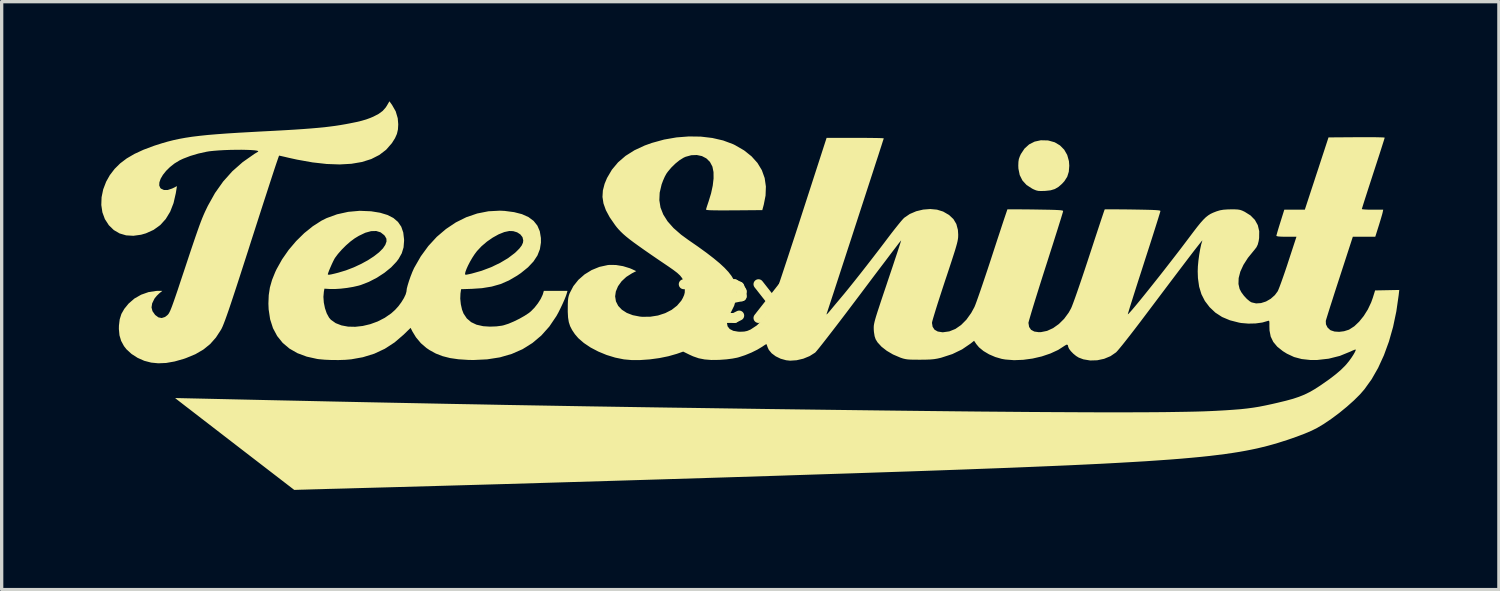
<source format=kicad_pcb>
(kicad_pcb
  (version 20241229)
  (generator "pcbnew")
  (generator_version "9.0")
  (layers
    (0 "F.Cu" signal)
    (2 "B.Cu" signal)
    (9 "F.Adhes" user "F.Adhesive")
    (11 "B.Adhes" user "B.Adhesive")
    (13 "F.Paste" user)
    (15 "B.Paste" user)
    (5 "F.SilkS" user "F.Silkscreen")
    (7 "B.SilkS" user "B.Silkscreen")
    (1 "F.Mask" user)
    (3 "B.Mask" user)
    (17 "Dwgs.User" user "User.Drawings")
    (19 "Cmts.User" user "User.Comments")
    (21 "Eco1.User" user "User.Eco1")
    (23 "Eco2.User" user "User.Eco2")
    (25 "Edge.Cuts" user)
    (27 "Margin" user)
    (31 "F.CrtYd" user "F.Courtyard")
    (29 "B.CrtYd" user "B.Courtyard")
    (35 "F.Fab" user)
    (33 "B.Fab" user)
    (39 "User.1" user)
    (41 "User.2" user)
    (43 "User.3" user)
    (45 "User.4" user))
  (footprint "text"
    (layer "F.Cu")
    (at 19.532 5.834)
    (property "Reference" "text" (at 0 0 0) (layer "F.SilkS") (effects (font (size 1.524 1.524) (thickness 0.3))))
    (attr board_only exclude_from_pos_files exclude_from_bom)
    (fp_poly (pts (xy 8.961 -4.656) (xy 8.987 -4.652) (xy 9.173 -4.6) (xy 9.331 -4.506) (xy 9.458 -4.378) (xy 9.549 -4.219) (xy 9.601 -4.033) (xy 9.611 -3.894) (xy 9.597 -3.714) (xy 9.55 -3.564) (xy 9.465 -3.43) (xy 9.396 -3.354) (xy 9.285 -3.256) (xy 9.175 -3.192) (xy 9.049 -3.154) (xy 8.893 -3.137) (xy 8.866 -3.136) (xy 8.755 -3.133) (xy 8.676 -3.137) (xy 8.61 -3.153) (xy 8.538 -3.183) (xy 8.491 -3.207) (xy 8.324 -3.315) (xy 8.201 -3.45) (xy 8.119 -3.614) (xy 8.08 -3.806) (xy 8.076 -3.896) (xy 8.08 -4.01) (xy 8.093 -4.096) (xy 8.123 -4.179) (xy 8.154 -4.246) (xy 8.263 -4.41) (xy 8.402 -4.536) (xy 8.567 -4.62) (xy 8.755 -4.661)) (stroke (width 0) (type solid)) (fill yes) (layer "F.SilkS"))
    (fp_poly (pts (xy -10.78 -5.727) (xy -10.669 -5.533) (xy -10.607 -5.324) (xy -10.592 -5.141) (xy -10.601 -4.986) (xy -10.632 -4.852) (xy -10.69 -4.722) (xy -10.781 -4.578) (xy -10.791 -4.565) (xy -10.958 -4.374) (xy -11.163 -4.218) (xy -11.405 -4.095) (xy -11.685 -4.007) (xy -12.002 -3.953) (xy -12.356 -3.933) (xy -12.747 -3.947) (xy -13.174 -3.995) (xy -13.638 -4.078) (xy -13.906 -4.137) (xy -14.015 -4.163) (xy -14.104 -4.183) (xy -14.162 -4.196) (xy -14.179 -4.199) (xy -14.189 -4.175) (xy -14.214 -4.104) (xy -14.254 -3.988) (xy -14.308 -3.827) (xy -14.375 -3.623) (xy -14.455 -3.378) (xy -14.547 -3.094) (xy -14.652 -2.771) (xy -14.768 -2.411) (xy -14.895 -2.016) (xy -15.033 -1.587) (xy -15.117 -1.323) (xy -15.246 -0.924) (xy -15.36 -0.57) (xy -15.461 -0.259) (xy -15.55 0.011) (xy -15.627 0.244) (xy -15.694 0.442) (xy -15.752 0.608) (xy -15.801 0.744) (xy -15.843 0.854) (xy -15.878 0.941) (xy -15.908 1.006) (xy -15.928 1.043) (xy -16.08 1.277) (xy -16.255 1.475) (xy -16.459 1.64) (xy -16.699 1.78) (xy -16.979 1.896) (xy -17.044 1.919) (xy -17.325 1.999) (xy -17.58 2.044) (xy -17.816 2.054) (xy -18.03 2.033) (xy -18.238 1.979) (xy -18.439 1.89) (xy -18.621 1.773) (xy -18.772 1.635) (xy -18.849 1.537) (xy -18.935 1.379) (xy -18.985 1.211) (xy -19.003 1.021) (xy -19.001 0.917) (xy -18.978 0.73) (xy -18.927 0.567) (xy -18.839 0.414) (xy -18.711 0.257) (xy -18.538 0.106) (xy -18.333 -0.011) (xy -18.109 -0.09) (xy -17.876 -0.125) (xy -17.821 -0.127) (xy -17.695 -0.127) (xy -17.788 -0.051) (xy -17.859 0.018) (xy -17.922 0.094) (xy -17.935 0.114) (xy -18.001 0.25) (xy -18.02 0.372) (xy -17.991 0.485) (xy -17.914 0.594) (xy -17.905 0.603) (xy -17.811 0.672) (xy -17.713 0.691) (xy -17.613 0.659) (xy -17.542 0.604) (xy -17.522 0.583) (xy -17.501 0.555) (xy -17.48 0.517) (xy -17.455 0.466) (xy -17.426 0.395) (xy -17.391 0.303) (xy -17.348 0.183) (xy -17.296 0.033) (xy -17.233 -0.151) (xy -17.159 -0.375) (xy -17.07 -0.642) (xy -17.042 -0.725) (xy -16.936 -1.045) (xy -16.844 -1.322) (xy -16.764 -1.559) (xy -16.695 -1.761) (xy -16.635 -1.933) (xy -16.583 -2.08) (xy -16.536 -2.206) (xy -16.493 -2.316) (xy -16.452 -2.414) (xy -16.412 -2.504) (xy -16.37 -2.592) (xy -16.326 -2.683) (xy -16.325 -2.685) (xy -16.109 -3.072) (xy -15.864 -3.418) (xy -15.587 -3.728) (xy -15.274 -4.004) (xy -14.922 -4.251) (xy -14.813 -4.317) (xy -14.806 -4.334) (xy -14.844 -4.348) (xy -14.92 -4.359) (xy -15.028 -4.367) (xy -15.161 -4.372) (xy -15.313 -4.375) (xy -15.479 -4.374) (xy -15.65 -4.371) (xy -15.822 -4.365) (xy -15.987 -4.356) (xy -16.14 -4.344) (xy -16.274 -4.33) (xy -16.36 -4.316) (xy -16.61 -4.261) (xy -16.852 -4.189) (xy -17.068 -4.106) (xy -17.174 -4.056) (xy -17.326 -3.964) (xy -17.462 -3.857) (xy -17.58 -3.741) (xy -17.676 -3.621) (xy -17.745 -3.504) (xy -17.783 -3.395) (xy -17.788 -3.3) (xy -17.755 -3.224) (xy -17.734 -3.204) (xy -17.644 -3.163) (xy -17.532 -3.164) (xy -17.402 -3.207) (xy -17.378 -3.218) (xy -17.255 -3.28) (xy -17.289 -3.067) (xy -17.357 -2.77) (xy -17.458 -2.511) (xy -17.592 -2.29) (xy -17.758 -2.107) (xy -17.958 -1.963) (xy -18.189 -1.859) (xy -18.335 -1.817) (xy -18.568 -1.785) (xy -18.785 -1.798) (xy -18.982 -1.856) (xy -19.156 -1.958) (xy -19.305 -2.103) (xy -19.424 -2.287) (xy -19.499 -2.49) (xy -19.532 -2.712) (xy -19.524 -2.945) (xy -19.475 -3.182) (xy -19.386 -3.414) (xy -19.276 -3.61) (xy -19.133 -3.797) (xy -18.965 -3.964) (xy -18.767 -4.114) (xy -18.534 -4.25) (xy -18.261 -4.376) (xy -17.943 -4.495) (xy -17.873 -4.518) (xy -17.701 -4.572) (xy -17.532 -4.621) (xy -17.362 -4.664) (xy -17.186 -4.702) (xy -17 -4.736) (xy -16.798 -4.767) (xy -16.576 -4.794) (xy -16.329 -4.82) (xy -16.053 -4.843) (xy -15.742 -4.866) (xy -15.393 -4.888) (xy -15 -4.91) (xy -14.751 -4.924) (xy -14.362 -4.944) (xy -14.019 -4.963) (xy -13.718 -4.981) (xy -13.452 -4.999) (xy -13.217 -5.017) (xy -13.008 -5.035) (xy -12.819 -5.053) (xy -12.647 -5.074) (xy -12.486 -5.095) (xy -12.33 -5.119) (xy -12.176 -5.146) (xy -12.063 -5.167) (xy -11.861 -5.208) (xy -11.698 -5.247) (xy -11.56 -5.287) (xy -11.434 -5.333) (xy -11.344 -5.371) (xy -11.182 -5.455) (xy -11.061 -5.544) (xy -10.969 -5.648) (xy -10.93 -5.709) (xy -10.858 -5.834)) (stroke (width 0) (type solid)) (fill yes) (layer "F.SilkS"))
    (fp_poly (pts (xy -7.388 -2.534) (xy -7.105 -2.497) (xy -6.866 -2.436) (xy -6.67 -2.348) (xy -6.516 -2.233) (xy -6.403 -2.091) (xy -6.33 -1.92) (xy -6.297 -1.72) (xy -6.296 -1.581) (xy -6.327 -1.382) (xy -6.401 -1.193) (xy -6.52 -1.012) (xy -6.685 -0.836) (xy -6.899 -0.663) (xy -7.013 -0.585) (xy -7.259 -0.441) (xy -7.51 -0.332) (xy -7.777 -0.256) (xy -8.07 -0.208) (xy -8.369 -0.188) (xy -8.7 -0.177) (xy -8.719 -0.044) (xy -8.725 0.108) (xy -8.708 0.275) (xy -8.672 0.436) (xy -8.625 0.558) (xy -8.527 0.704) (xy -8.397 0.815) (xy -8.235 0.892) (xy -8.035 0.937) (xy -7.834 0.95) (xy -7.638 0.943) (xy -7.469 0.921) (xy -7.414 0.908) (xy -7.271 0.862) (xy -7.11 0.794) (xy -6.943 0.712) (xy -6.788 0.624) (xy -6.657 0.538) (xy -6.601 0.492) (xy -6.491 0.381) (xy -6.388 0.25) (xy -6.302 0.115) (xy -6.244 -0.009) (xy -6.237 -0.03) (xy -6.208 -0.127) (xy -5.497 -0.127) (xy -5.514 -0.062) (xy -5.54 0.018) (xy -5.584 0.129) (xy -5.641 0.258) (xy -5.705 0.393) (xy -5.768 0.52) (xy -5.827 0.627) (xy -5.832 0.635) (xy -6.043 0.947) (xy -6.283 1.216) (xy -6.552 1.443) (xy -6.849 1.629) (xy -7.175 1.772) (xy -7.53 1.875) (xy -7.914 1.935) (xy -8.328 1.955) (xy -8.484 1.952) (xy -8.778 1.933) (xy -9.033 1.896) (xy -9.257 1.839) (xy -9.459 1.761) (xy -9.648 1.657) (xy -9.743 1.593) (xy -9.91 1.449) (xy -10.058 1.272) (xy -10.164 1.098) (xy -10.22 0.987) (xy -10.428 1.19) (xy -10.703 1.426) (xy -10.997 1.617) (xy -11.313 1.765) (xy -11.656 1.871) (xy -12.007 1.934) (xy -12.181 1.949) (xy -12.383 1.956) (xy -12.596 1.955) (xy -12.802 1.946) (xy -12.981 1.93) (xy -13.032 1.923) (xy -13.348 1.853) (xy -13.627 1.749) (xy -13.869 1.61) (xy -14.072 1.438) (xy -14.237 1.233) (xy -14.363 0.997) (xy -14.449 0.729) (xy -14.494 0.43) (xy -14.501 0.255) (xy -14.491 0.002) (xy -14.456 -0.229) (xy -14.391 -0.457) (xy -14.323 -0.626) (xy -12.713 -0.626) (xy -12.703 -0.614) (xy -12.669 -0.613) (xy -12.603 -0.624) (xy -12.501 -0.648) (xy -12.399 -0.674) (xy -12.166 -0.744) (xy -11.935 -0.833) (xy -11.713 -0.936) (xy -11.507 -1.048) (xy -11.324 -1.167) (xy -11.17 -1.287) (xy -11.053 -1.405) (xy -10.981 -1.512) (xy -10.945 -1.614) (xy -10.948 -1.697) (xy -10.993 -1.777) (xy -11.015 -1.804) (xy -11.123 -1.889) (xy -11.255 -1.929) (xy -11.409 -1.925) (xy -11.583 -1.877) (xy -11.777 -1.784) (xy -11.903 -1.708) (xy -12.03 -1.614) (xy -12.165 -1.496) (xy -12.295 -1.366) (xy -12.409 -1.236) (xy -12.496 -1.119) (xy -12.515 -1.087) (xy -12.551 -1.017) (xy -12.593 -0.928) (xy -12.636 -0.831) (xy -12.674 -0.74) (xy -12.701 -0.667) (xy -12.713 -0.627) (xy -12.713 -0.626) (xy -14.323 -0.626) (xy -14.294 -0.697) (xy -14.254 -0.781) (xy -14.089 -1.076) (xy -13.891 -1.36) (xy -13.666 -1.625) (xy -13.422 -1.865) (xy -13.165 -2.072) (xy -12.903 -2.24) (xy -12.749 -2.317) (xy -12.434 -2.432) (xy -12.098 -2.506) (xy -11.753 -2.537) (xy -11.412 -2.523) (xy -11.405 -2.522) (xy -11.138 -2.479) (xy -10.917 -2.412) (xy -10.738 -2.321) (xy -10.6 -2.203) (xy -10.501 -2.058) (xy -10.441 -1.884) (xy -10.417 -1.679) (xy -10.416 -1.635) (xy -10.432 -1.435) (xy -10.486 -1.258) (xy -10.581 -1.089) (xy -10.644 -1.005) (xy -10.806 -0.834) (xy -11.007 -0.671) (xy -11.234 -0.523) (xy -11.476 -0.398) (xy -11.72 -0.303) (xy -11.79 -0.283) (xy -11.952 -0.246) (xy -12.137 -0.215) (xy -12.327 -0.193) (xy -12.505 -0.182) (xy -12.65 -0.183) (xy -12.814 -0.193) (xy -12.831 -0.106) (xy -12.845 0.054) (xy -12.833 0.225) (xy -12.798 0.396) (xy -12.745 0.551) (xy -12.675 0.679) (xy -12.62 0.743) (xy -12.476 0.845) (xy -12.301 0.913) (xy -12.102 0.95) (xy -11.886 0.955) (xy -11.661 0.93) (xy -11.434 0.876) (xy -11.21 0.794) (xy -10.998 0.685) (xy -10.804 0.551) (xy -10.687 0.446) (xy -10.587 0.336) (xy -10.497 0.214) (xy -10.422 0.092) (xy -10.369 -0.019) (xy -10.344 -0.108) (xy -10.343 -0.124) (xy -10.334 -0.195) (xy -10.307 -0.299) (xy -10.268 -0.425) (xy -10.221 -0.56) (xy -10.189 -0.641) (xy -8.581 -0.641) (xy -8.57 -0.612) (xy -8.564 -0.611) (xy -8.527 -0.616) (xy -8.456 -0.63) (xy -8.377 -0.648) (xy -8.083 -0.731) (xy -7.797 -0.839) (xy -7.528 -0.968) (xy -7.287 -1.111) (xy -7.084 -1.265) (xy -7.052 -1.294) (xy -6.944 -1.402) (xy -6.874 -1.494) (xy -6.837 -1.577) (xy -6.828 -1.647) (xy -6.851 -1.744) (xy -6.916 -1.827) (xy -7.012 -1.889) (xy -7.132 -1.925) (xy -7.249 -1.929) (xy -7.4 -1.897) (xy -7.569 -1.829) (xy -7.746 -1.731) (xy -7.921 -1.61) (xy -8.084 -1.471) (xy -8.221 -1.325) (xy -8.292 -1.231) (xy -8.363 -1.122) (xy -8.43 -1.007) (xy -8.489 -0.893) (xy -8.536 -0.789) (xy -8.568 -0.702) (xy -8.581 -0.641) (xy -10.189 -0.641) (xy -10.17 -0.691) (xy -10.119 -0.805) (xy -10.111 -0.821) (xy -9.913 -1.166) (xy -9.686 -1.477) (xy -9.432 -1.753) (xy -9.154 -1.99) (xy -8.857 -2.188) (xy -8.543 -2.344) (xy -8.215 -2.456) (xy -7.877 -2.523) (xy -7.532 -2.541)) (stroke (width 0) (type solid)) (fill yes) (layer "F.SilkS"))
    (fp_poly (pts (xy -1.482 -4.771) (xy -1.135 -4.73) (xy -0.81 -4.655) (xy -0.514 -4.545) (xy -0.451 -4.514) (xy -0.18 -4.357) (xy 0.044 -4.178) (xy 0.223 -3.979) (xy 0.355 -3.761) (xy 0.44 -3.524) (xy 0.477 -3.269) (xy 0.467 -2.996) (xy 0.413 -2.722) (xy 0.369 -2.558) (xy -0.478 -2.551) (xy -0.732 -2.55) (xy -0.937 -2.55) (xy -1.097 -2.552) (xy -1.212 -2.555) (xy -1.286 -2.561) (xy -1.321 -2.568) (xy -1.325 -2.572) (xy -1.317 -2.608) (xy -1.295 -2.678) (xy -1.264 -2.771) (xy -1.25 -2.812) (xy -1.174 -3.06) (xy -1.123 -3.296) (xy -1.098 -3.512) (xy -1.1 -3.703) (xy -1.131 -3.859) (xy -1.135 -3.872) (xy -1.208 -4.01) (xy -1.315 -4.115) (xy -1.449 -4.185) (xy -1.603 -4.217) (xy -1.769 -4.211) (xy -1.942 -4.163) (xy -2.001 -4.136) (xy -2.118 -4.064) (xy -2.246 -3.961) (xy -2.37 -3.84) (xy -2.476 -3.714) (xy -2.52 -3.652) (xy -2.568 -3.564) (xy -2.618 -3.45) (xy -2.662 -3.333) (xy -2.665 -3.321) (xy -2.721 -3.083) (xy -2.731 -2.856) (xy -2.696 -2.637) (xy -2.613 -2.426) (xy -2.483 -2.22) (xy -2.304 -2.018) (xy -2.075 -1.818) (xy -1.86 -1.661) (xy -1.565 -1.457) (xy -1.311 -1.273) (xy -1.097 -1.108) (xy -0.917 -0.959) (xy -0.77 -0.823) (xy -0.652 -0.697) (xy -0.561 -0.579) (xy -0.492 -0.465) (xy -0.483 -0.448) (xy -0.438 -0.349) (xy -0.412 -0.268) (xy -0.402 -0.183) (xy -0.401 -0.08) (xy -0.421 0.125) (xy -0.479 0.323) (xy -0.579 0.526) (xy -0.6 0.561) (xy -0.671 0.709) (xy -0.696 0.836) (xy -0.676 0.941) (xy -0.612 1.022) (xy -0.505 1.076) (xy -0.356 1.102) (xy -0.293 1.104) (xy -0.177 1.099) (xy -0.086 1.08) (xy 0.005 1.042) (xy 0.018 1.036) (xy 0.206 0.912) (xy 0.376 0.743) (xy 0.528 0.527) (xy 0.647 0.303) (xy 0.667 0.252) (xy 0.702 0.157) (xy 0.75 0.02) (xy 0.809 -0.154) (xy 0.88 -0.363) (xy 0.96 -0.602) (xy 1.048 -0.868) (xy 1.144 -1.158) (xy 1.245 -1.467) (xy 1.352 -1.792) (xy 1.462 -2.13) (xy 1.52 -2.31) (xy 2.305 -4.734) (xy 3.165 -4.734) (xy 3.369 -4.733) (xy 3.555 -4.732) (xy 3.718 -4.73) (xy 3.853 -4.728) (xy 3.952 -4.725) (xy 4.011 -4.721) (xy 4.025 -4.719) (xy 4.018 -4.693) (xy 3.995 -4.624) (xy 3.96 -4.513) (xy 3.912 -4.365) (xy 3.854 -4.184) (xy 3.785 -3.974) (xy 3.709 -3.738) (xy 3.625 -3.48) (xy 3.535 -3.204) (xy 3.441 -2.914) (xy 3.343 -2.614) (xy 3.243 -2.306) (xy 3.142 -1.996) (xy 3.042 -1.687) (xy 2.942 -1.382) (xy 2.846 -1.086) (xy 2.753 -0.802) (xy 2.666 -0.535) (xy 2.585 -0.287) (xy 2.512 -0.062) (xy 2.447 0.135) (xy 2.393 0.3) (xy 2.35 0.431) (xy 2.32 0.523) (xy 2.303 0.572) (xy 2.301 0.578) (xy 2.307 0.581) (xy 2.339 0.552) (xy 2.39 0.494) (xy 2.409 0.471) (xy 2.479 0.386) (xy 2.569 0.278) (xy 2.665 0.164) (xy 2.728 0.089) (xy 2.846 -0.052) (xy 2.989 -0.228) (xy 3.151 -0.43) (xy 3.327 -0.652) (xy 3.511 -0.887) (xy 3.697 -1.127) (xy 3.881 -1.366) (xy 4.057 -1.597) (xy 4.133 -1.698) (xy 4.247 -1.848) (xy 4.357 -1.989) (xy 4.457 -2.114) (xy 4.542 -2.218) (xy 4.607 -2.292) (xy 4.643 -2.328) (xy 4.809 -2.441) (xy 5.003 -2.524) (xy 5.212 -2.574) (xy 5.424 -2.591) (xy 5.628 -2.572) (xy 5.812 -2.515) (xy 5.816 -2.513) (xy 5.992 -2.411) (xy 6.123 -2.288) (xy 6.211 -2.14) (xy 6.258 -1.963) (xy 6.267 -1.822) (xy 6.266 -1.774) (xy 6.264 -1.727) (xy 6.257 -1.677) (xy 6.246 -1.618) (xy 6.229 -1.547) (xy 6.204 -1.457) (xy 6.171 -1.345) (xy 6.127 -1.207) (xy 6.072 -1.036) (xy 6.004 -0.829) (xy 5.922 -0.581) (xy 5.872 -0.433) (xy 5.794 -0.195) (xy 5.721 0.03) (xy 5.654 0.237) (xy 5.596 0.422) (xy 5.548 0.579) (xy 5.511 0.703) (xy 5.487 0.789) (xy 5.478 0.833) (xy 5.477 0.835) (xy 5.497 0.955) (xy 5.555 1.043) (xy 5.651 1.097) (xy 5.787 1.119) (xy 5.814 1.119) (xy 6 1.093) (xy 6.182 1.02) (xy 6.354 0.901) (xy 6.514 0.74) (xy 6.658 0.539) (xy 6.756 0.36) (xy 6.779 0.304) (xy 6.816 0.205) (xy 6.865 0.068) (xy 6.925 -0.103) (xy 6.993 -0.302) (xy 7.068 -0.525) (xy 7.149 -0.766) (xy 7.233 -1.02) (xy 7.289 -1.192) (xy 7.372 -1.446) (xy 7.45 -1.685) (xy 7.523 -1.905) (xy 7.587 -2.101) (xy 7.643 -2.27) (xy 7.689 -2.406) (xy 7.723 -2.506) (xy 7.743 -2.566) (xy 7.749 -2.581) (xy 7.776 -2.582) (xy 7.847 -2.582) (xy 7.957 -2.582) (xy 8.101 -2.581) (xy 8.271 -2.58) (xy 8.461 -2.578) (xy 8.592 -2.576) (xy 8.825 -2.572) (xy 9.012 -2.569) (xy 9.157 -2.565) (xy 9.266 -2.56) (xy 9.342 -2.555) (xy 9.391 -2.548) (xy 9.418 -2.54) (xy 9.426 -2.53) (xy 9.426 -2.529) (xy 9.419 -2.499) (xy 9.397 -2.425) (xy 9.362 -2.31) (xy 9.315 -2.16) (xy 9.258 -1.977) (xy 9.191 -1.766) (xy 9.117 -1.531) (xy 9.035 -1.276) (xy 8.949 -1.005) (xy 8.904 -0.865) (xy 8.815 -0.587) (xy 8.731 -0.321) (xy 8.653 -0.072) (xy 8.582 0.155) (xy 8.52 0.357) (xy 8.468 0.53) (xy 8.427 0.669) (xy 8.398 0.77) (xy 8.383 0.829) (xy 8.382 0.84) (xy 8.402 0.959) (xy 8.46 1.045) (xy 8.558 1.098) (xy 8.692 1.117) (xy 8.761 1.115) (xy 8.943 1.078) (xy 9.124 0.995) (xy 9.297 0.872) (xy 9.456 0.715) (xy 9.593 0.529) (xy 9.665 0.4) (xy 9.691 0.339) (xy 9.731 0.234) (xy 9.783 0.092) (xy 9.845 -0.084) (xy 9.915 -0.287) (xy 9.992 -0.513) (xy 10.074 -0.757) (xy 10.159 -1.014) (xy 10.215 -1.185) (xy 10.299 -1.44) (xy 10.377 -1.679) (xy 10.45 -1.9) (xy 10.515 -2.097) (xy 10.571 -2.266) (xy 10.617 -2.403) (xy 10.651 -2.504) (xy 10.672 -2.564) (xy 10.678 -2.58) (xy 10.705 -2.581) (xy 10.776 -2.582) (xy 10.887 -2.582) (xy 11.03 -2.581) (xy 11.2 -2.58) (xy 11.391 -2.578) (xy 11.522 -2.576) (xy 11.759 -2.572) (xy 11.95 -2.568) (xy 12.098 -2.564) (xy 12.208 -2.559) (xy 12.284 -2.553) (xy 12.331 -2.546) (xy 12.353 -2.537) (xy 12.356 -2.532) (xy 12.348 -2.502) (xy 12.326 -2.429) (xy 12.291 -2.315) (xy 12.244 -2.165) (xy 12.187 -1.984) (xy 12.121 -1.776) (xy 12.047 -1.544) (xy 11.966 -1.293) (xy 11.88 -1.027) (xy 11.86 -0.964) (xy 11.774 -0.696) (xy 11.692 -0.443) (xy 11.617 -0.208) (xy 11.55 0.003) (xy 11.492 0.188) (xy 11.443 0.342) (xy 11.407 0.461) (xy 11.383 0.541) (xy 11.373 0.577) (xy 11.373 0.579) (xy 11.393 0.565) (xy 11.441 0.514) (xy 11.515 0.43) (xy 11.61 0.317) (xy 11.724 0.179) (xy 11.854 0.019) (xy 11.997 -0.159) (xy 12.15 -0.351) (xy 12.31 -0.552) (xy 12.474 -0.761) (xy 12.638 -0.972) (xy 12.801 -1.182) (xy 12.959 -1.387) (xy 13.108 -1.584) (xy 13.201 -1.707) (xy 13.344 -1.897) (xy 13.462 -2.051) (xy 13.561 -2.173) (xy 13.646 -2.268) (xy 13.721 -2.342) (xy 13.792 -2.398) (xy 13.863 -2.443) (xy 13.941 -2.48) (xy 14.03 -2.515) (xy 14.052 -2.523) (xy 14.148 -2.552) (xy 14.252 -2.57) (xy 14.38 -2.579) (xy 14.471 -2.581) (xy 14.595 -2.581) (xy 14.684 -2.576) (xy 14.752 -2.565) (xy 14.815 -2.544) (xy 14.887 -2.51) (xy 14.888 -2.51) (xy 15.066 -2.399) (xy 15.199 -2.264) (xy 15.287 -2.105) (xy 15.33 -1.923) (xy 15.327 -1.717) (xy 15.313 -1.625) (xy 15.286 -1.521) (xy 15.247 -1.44) (xy 15.182 -1.356) (xy 15.166 -1.337) (xy 14.99 -1.121) (xy 14.855 -0.91) (xy 14.761 -0.706) (xy 14.711 -0.513) (xy 14.705 -0.334) (xy 14.739 -0.185) (xy 14.791 -0.086) (xy 14.869 0.02) (xy 14.959 0.117) (xy 15.049 0.191) (xy 15.1 0.22) (xy 15.236 0.251) (xy 15.384 0.241) (xy 15.535 0.193) (xy 15.677 0.111) (xy 15.801 0.001) (xy 15.886 -0.114) (xy 15.909 -0.165) (xy 15.946 -0.258) (xy 15.993 -0.385) (xy 16.048 -0.54) (xy 16.109 -0.716) (xy 16.173 -0.906) (xy 16.2 -0.99) (xy 16.451 -1.756) (xy 16.149 -1.756) (xy 16.001 -1.758) (xy 15.902 -1.765) (xy 15.852 -1.777) (xy 15.846 -1.784) (xy 15.854 -1.816) (xy 15.874 -1.889) (xy 15.904 -1.991) (xy 15.942 -2.115) (xy 15.966 -2.191) (xy 16.085 -2.571) (xy 16.703 -2.571) (xy 16.905 -3.188) (xy 16.972 -3.391) (xy 17.044 -3.612) (xy 17.117 -3.833) (xy 17.185 -4.042) (xy 17.244 -4.222) (xy 17.262 -4.276) (xy 17.416 -4.747) (xy 18.262 -4.753) (xy 18.464 -4.754) (xy 18.648 -4.754) (xy 18.809 -4.753) (xy 18.942 -4.75) (xy 19.039 -4.747) (xy 19.095 -4.743) (xy 19.107 -4.739) (xy 19.1 -4.712) (xy 19.078 -4.641) (xy 19.043 -4.531) (xy 18.998 -4.388) (xy 18.943 -4.217) (xy 18.88 -4.023) (xy 18.811 -3.811) (xy 18.763 -3.664) (xy 18.691 -3.442) (xy 18.624 -3.236) (xy 18.564 -3.049) (xy 18.512 -2.888) (xy 18.47 -2.756) (xy 18.44 -2.659) (xy 18.423 -2.603) (xy 18.419 -2.59) (xy 18.443 -2.583) (xy 18.509 -2.577) (xy 18.606 -2.572) (xy 18.725 -2.571) (xy 18.741 -2.571) (xy 19.063 -2.571) (xy 19.047 -2.493) (xy 19.034 -2.44) (xy 19.008 -2.35) (xy 18.974 -2.236) (xy 18.935 -2.108) (xy 18.928 -2.086) (xy 18.824 -1.756) (xy 18.148 -1.756) (xy 17.749 -0.528) (xy 17.67 -0.286) (xy 17.596 -0.057) (xy 17.529 0.154) (xy 17.468 0.343) (xy 17.417 0.505) (xy 17.377 0.634) (xy 17.349 0.725) (xy 17.335 0.774) (xy 17.334 0.779) (xy 17.339 0.88) (xy 17.386 0.976) (xy 17.466 1.051) (xy 17.484 1.061) (xy 17.597 1.098) (xy 17.736 1.107) (xy 17.883 1.089) (xy 18.023 1.045) (xy 18.044 1.035) (xy 18.193 0.939) (xy 18.339 0.8) (xy 18.477 0.629) (xy 18.6 0.433) (xy 18.7 0.221) (xy 18.75 0.082) (xy 18.819 -0.14) (xy 19.182 -0.147) (xy 19.546 -0.154) (xy 19.528 0.006) (xy 19.458 0.492) (xy 19.36 0.958) (xy 19.235 1.399) (xy 19.084 1.812) (xy 18.91 2.192) (xy 18.714 2.535) (xy 18.497 2.837) (xy 18.365 2.989) (xy 18.182 3.171) (xy 17.969 3.361) (xy 17.738 3.55) (xy 17.5 3.727) (xy 17.27 3.883) (xy 17.069 4.002) (xy 16.905 4.084) (xy 16.698 4.172) (xy 16.456 4.264) (xy 16.186 4.358) (xy 15.897 4.45) (xy 15.887 4.453) (xy 15.739 4.496) (xy 15.587 4.538) (xy 15.431 4.577) (xy 15.269 4.616) (xy 15.098 4.652) (xy 14.919 4.687) (xy 14.729 4.721) (xy 14.526 4.753) (xy 14.31 4.784) (xy 14.078 4.814) (xy 13.83 4.844) (xy 13.564 4.872) (xy 13.278 4.899) (xy 12.971 4.926) (xy 12.642 4.952) (xy 12.288 4.977) (xy 11.909 5.003) (xy 11.503 5.027) (xy 11.068 5.052) (xy 10.603 5.077) (xy 10.107 5.101) (xy 9.578 5.126) (xy 9.014 5.15) (xy 8.415 5.175) (xy 7.778 5.201) (xy 7.103 5.226) (xy 6.387 5.253) (xy 5.629 5.28) (xy 4.828 5.308) (xy 3.982 5.336) (xy 3.09 5.366) (xy 2.15 5.396) (xy 1.161 5.428) (xy 0.994 5.434) (xy -0.774 5.49) (xy -2.497 5.543) (xy -4.179 5.594) (xy -5.827 5.643) (xy -7.445 5.691) (xy -9.04 5.736) (xy -10.616 5.78) (xy -11.91 5.815) (xy -12.182 5.823) (xy -12.444 5.83) (xy -12.69 5.836) (xy -12.915 5.843) (xy -13.115 5.848) (xy -13.282 5.853) (xy -13.413 5.857) (xy -13.501 5.859) (xy -13.53 5.86) (xy -13.723 5.866) (xy -15.352 4.612) (xy -15.609 4.414) (xy -15.858 4.222) (xy -16.095 4.039) (xy -16.317 3.868) (xy -16.52 3.712) (xy -16.701 3.572) (xy -16.856 3.452) (xy -16.983 3.355) (xy -17.077 3.282) (xy -17.135 3.237) (xy -17.146 3.229) (xy -17.311 3.1) (xy -16.585 3.116) (xy -15.509 3.14) (xy -14.479 3.163) (xy -13.491 3.184) (xy -12.54 3.205) (xy -11.623 3.224) (xy -10.733 3.242) (xy -9.868 3.259) (xy -9.022 3.276) (xy -8.191 3.291) (xy -7.371 3.307) (xy -6.556 3.321) (xy -5.743 3.335) (xy -4.926 3.349) (xy -4.102 3.362) (xy -3.266 3.375) (xy -2.414 3.388) (xy -1.745 3.397) (xy -0.589 3.414) (xy 0.517 3.43) (xy 1.573 3.444) (xy 2.581 3.457) (xy 3.542 3.469) (xy 4.456 3.48) (xy 5.324 3.49) (xy 6.147 3.499) (xy 6.926 3.507) (xy 7.661 3.513) (xy 8.354 3.519) (xy 9.005 3.523) (xy 9.616 3.526) (xy 10.186 3.529) (xy 10.718 3.53) (xy 11.211 3.53) (xy 11.666 3.529) (xy 12.085 3.527) (xy 12.469 3.524) (xy 12.817 3.519) (xy 13.131 3.514) (xy 13.412 3.508) (xy 13.661 3.501) (xy 13.878 3.492) (xy 14.025 3.485) (xy 14.313 3.469) (xy 14.56 3.452) (xy 14.775 3.435) (xy 14.968 3.414) (xy 15.148 3.39) (xy 15.326 3.361) (xy 15.509 3.325) (xy 15.709 3.282) (xy 15.883 3.242) (xy 16.135 3.181) (xy 16.347 3.123) (xy 16.529 3.062) (xy 16.693 2.996) (xy 16.848 2.92) (xy 17.004 2.83) (xy 17.174 2.72) (xy 17.209 2.696) (xy 17.437 2.536) (xy 17.624 2.393) (xy 17.779 2.262) (xy 17.906 2.137) (xy 17.963 2.074) (xy 18.035 1.985) (xy 18.104 1.89) (xy 18.164 1.798) (xy 18.209 1.719) (xy 18.234 1.663) (xy 18.235 1.639) (xy 18.208 1.644) (xy 18.149 1.667) (xy 18.073 1.702) (xy 17.757 1.831) (xy 17.422 1.915) (xy 17.077 1.954) (xy 16.865 1.954) (xy 16.608 1.926) (xy 16.379 1.865) (xy 16.165 1.765) (xy 16.041 1.688) (xy 15.873 1.554) (xy 15.753 1.41) (xy 15.676 1.25) (xy 15.64 1.067) (xy 15.636 0.933) (xy 15.637 0.841) (xy 15.633 0.791) (xy 15.621 0.772) (xy 15.598 0.776) (xy 15.597 0.776) (xy 15.424 0.826) (xy 15.221 0.854) (xy 15.003 0.859) (xy 14.788 0.841) (xy 14.721 0.829) (xy 14.448 0.759) (xy 14.212 0.66) (xy 14.009 0.528) (xy 13.836 0.364) (xy 13.694 0.178) (xy 13.59 -0.026) (xy 13.521 -0.253) (xy 13.485 -0.51) (xy 13.478 -0.713) (xy 13.483 -0.863) (xy 13.499 -1.034) (xy 13.523 -1.212) (xy 13.552 -1.382) (xy 13.584 -1.53) (xy 13.618 -1.641) (xy 13.619 -1.642) (xy 13.612 -1.64) (xy 13.583 -1.606) (xy 13.53 -1.54) (xy 13.452 -1.441) (xy 13.348 -1.308) (xy 13.219 -1.139) (xy 13.064 -0.935) (xy 12.881 -0.694) (xy 12.67 -0.415) (xy 12.431 -0.098) (xy 12.163 0.258) (xy 11.897 0.611) (xy 11.744 0.814) (xy 11.596 1.008) (xy 11.457 1.188) (xy 11.331 1.349) (xy 11.221 1.488) (xy 11.13 1.599) (xy 11.062 1.679) (xy 11.021 1.723) (xy 11.02 1.724) (xy 10.853 1.839) (xy 10.66 1.919) (xy 10.452 1.963) (xy 10.24 1.969) (xy 10.037 1.935) (xy 9.895 1.882) (xy 9.816 1.833) (xy 9.733 1.765) (xy 9.659 1.689) (xy 9.605 1.618) (xy 9.58 1.561) (xy 9.579 1.555) (xy 9.566 1.501) (xy 9.529 1.492) (xy 9.474 1.524) (xy 9.277 1.651) (xy 9.043 1.759) (xy 8.783 1.847) (xy 8.506 1.911) (xy 8.224 1.949) (xy 7.948 1.96) (xy 7.688 1.94) (xy 7.581 1.922) (xy 7.384 1.865) (xy 7.196 1.784) (xy 7.029 1.685) (xy 6.893 1.573) (xy 6.813 1.477) (xy 6.745 1.376) (xy 6.64 1.46) (xy 6.382 1.636) (xy 6.092 1.776) (xy 5.766 1.882) (xy 5.738 1.89) (xy 5.636 1.913) (xy 5.538 1.929) (xy 5.429 1.939) (xy 5.296 1.944) (xy 5.127 1.946) (xy 5.108 1.946) (xy 4.951 1.945) (xy 4.834 1.943) (xy 4.745 1.937) (xy 4.673 1.926) (xy 4.607 1.91) (xy 4.536 1.887) (xy 4.514 1.878) (xy 4.304 1.788) (xy 4.117 1.678) (xy 3.959 1.555) (xy 3.839 1.424) (xy 3.781 1.33) (xy 3.75 1.237) (xy 3.73 1.11) (xy 3.725 1.043) (xy 3.724 1) (xy 3.724 0.959) (xy 3.727 0.916) (xy 3.735 0.867) (xy 3.748 0.806) (xy 3.768 0.73) (xy 3.796 0.634) (xy 3.834 0.513) (xy 3.883 0.364) (xy 3.943 0.181) (xy 4.017 -0.04) (xy 4.106 -0.303) (xy 4.136 -0.394) (xy 4.217 -0.635) (xy 4.293 -0.86) (xy 4.361 -1.066) (xy 4.422 -1.248) (xy 4.472 -1.401) (xy 4.511 -1.521) (xy 4.537 -1.604) (xy 4.549 -1.645) (xy 4.55 -1.648) (xy 4.534 -1.629) (xy 4.489 -1.573) (xy 4.419 -1.481) (xy 4.325 -1.358) (xy 4.21 -1.207) (xy 4.076 -1.029) (xy 3.924 -0.829) (xy 3.758 -0.61) (xy 3.58 -0.373) (xy 3.392 -0.123) (xy 3.299 0.001) (xy 3.104 0.259) (xy 2.917 0.507) (xy 2.739 0.741) (xy 2.573 0.958) (xy 2.421 1.155) (xy 2.287 1.328) (xy 2.172 1.475) (xy 2.079 1.592) (xy 2.01 1.676) (xy 1.968 1.724) (xy 1.959 1.733) (xy 1.794 1.837) (xy 1.604 1.915) (xy 1.402 1.962) (xy 1.205 1.975) (xy 1.086 1.962) (xy 0.921 1.916) (xy 0.773 1.844) (xy 0.651 1.753) (xy 0.565 1.649) (xy 0.531 1.576) (xy 0.51 1.514) (xy 0.494 1.479) (xy 0.491 1.476) (xy 0.466 1.489) (xy 0.413 1.523) (xy 0.366 1.555) (xy 0.218 1.644) (xy 0.039 1.732) (xy -0.151 1.81) (xy -0.334 1.87) (xy -0.385 1.884) (xy -0.531 1.912) (xy -0.71 1.935) (xy -0.902 1.949) (xy -0.93 1.951) (xy -1.165 1.954) (xy -1.366 1.938) (xy -1.545 1.903) (xy -1.716 1.844) (xy -1.828 1.793) (xy -2.013 1.702) (xy -2.208 1.77) (xy -2.456 1.841) (xy -2.73 1.897) (xy -3.018 1.936) (xy -3.303 1.956) (xy -3.572 1.956) (xy -3.797 1.936) (xy -4.059 1.883) (xy -4.32 1.803) (xy -4.569 1.7) (xy -4.8 1.579) (xy -5.003 1.443) (xy -5.17 1.298) (xy -5.273 1.178) (xy -5.358 1.051) (xy -5.418 0.934) (xy -5.457 0.813) (xy -5.479 0.676) (xy -5.488 0.508) (xy -5.488 0.42) (xy -5.487 0.275) (xy -5.483 0.169) (xy -5.473 0.087) (xy -5.457 0.018) (xy -5.433 -0.051) (xy -5.429 -0.059) (xy -5.319 -0.27) (xy -5.168 -0.459) (xy -4.982 -0.622) (xy -4.769 -0.753) (xy -4.537 -0.848) (xy -4.291 -0.902) (xy -4.239 -0.908) (xy -4.039 -0.906) (xy -3.826 -0.871) (xy -3.62 -0.808) (xy -3.554 -0.78) (xy -3.427 -0.721) (xy -3.554 -0.656) (xy -3.726 -0.547) (xy -3.868 -0.415) (xy -3.975 -0.266) (xy -4.041 -0.108) (xy -4.062 0.038) (xy -4.038 0.19) (xy -3.969 0.326) (xy -3.858 0.442) (xy -3.71 0.537) (xy -3.53 0.606) (xy -3.319 0.647) (xy -3.25 0.654) (xy -3.006 0.652) (xy -2.772 0.615) (xy -2.554 0.544) (xy -2.36 0.445) (xy -2.197 0.318) (xy -2.07 0.169) (xy -2.024 0.088) (xy -1.985 -0.000394) (xy -1.966 -0.074) (xy -1.964 -0.159) (xy -1.968 -0.218) (xy -1.981 -0.332) (xy -2.005 -0.426) (xy -2.044 -0.509) (xy -2.105 -0.587) (xy -2.193 -0.669) (xy -2.314 -0.761) (xy -2.459 -0.862) (xy -2.74 -1.052) (xy -2.981 -1.217) (xy -3.187 -1.36) (xy -3.362 -1.484) (xy -3.509 -1.59) (xy -3.632 -1.683) (xy -3.734 -1.765) (xy -3.819 -1.839) (xy -3.891 -1.908) (xy -3.954 -1.974) (xy -4.011 -2.04) (xy -4.065 -2.11) (xy -4.066 -2.112) (xy -4.226 -2.343) (xy -4.341 -2.557) (xy -4.413 -2.759) (xy -4.443 -2.955) (xy -4.431 -3.15) (xy -4.379 -3.35) (xy -4.306 -3.525) (xy -4.159 -3.775) (xy -3.974 -3.996) (xy -3.748 -4.191) (xy -3.48 -4.36) (xy -3.17 -4.504) (xy -2.955 -4.581) (xy -2.588 -4.682) (xy -2.215 -4.747) (xy -1.844 -4.776)) (stroke (width 0) (type solid)) (fill yes) (layer "F.SilkS")))
  (gr_rect
    (start -3 -3)
    (end 42.078 14.701)
    (stroke (width 0.1) (type default))
    (fill no)
    (layer "Edge.Cuts")))
</source>
